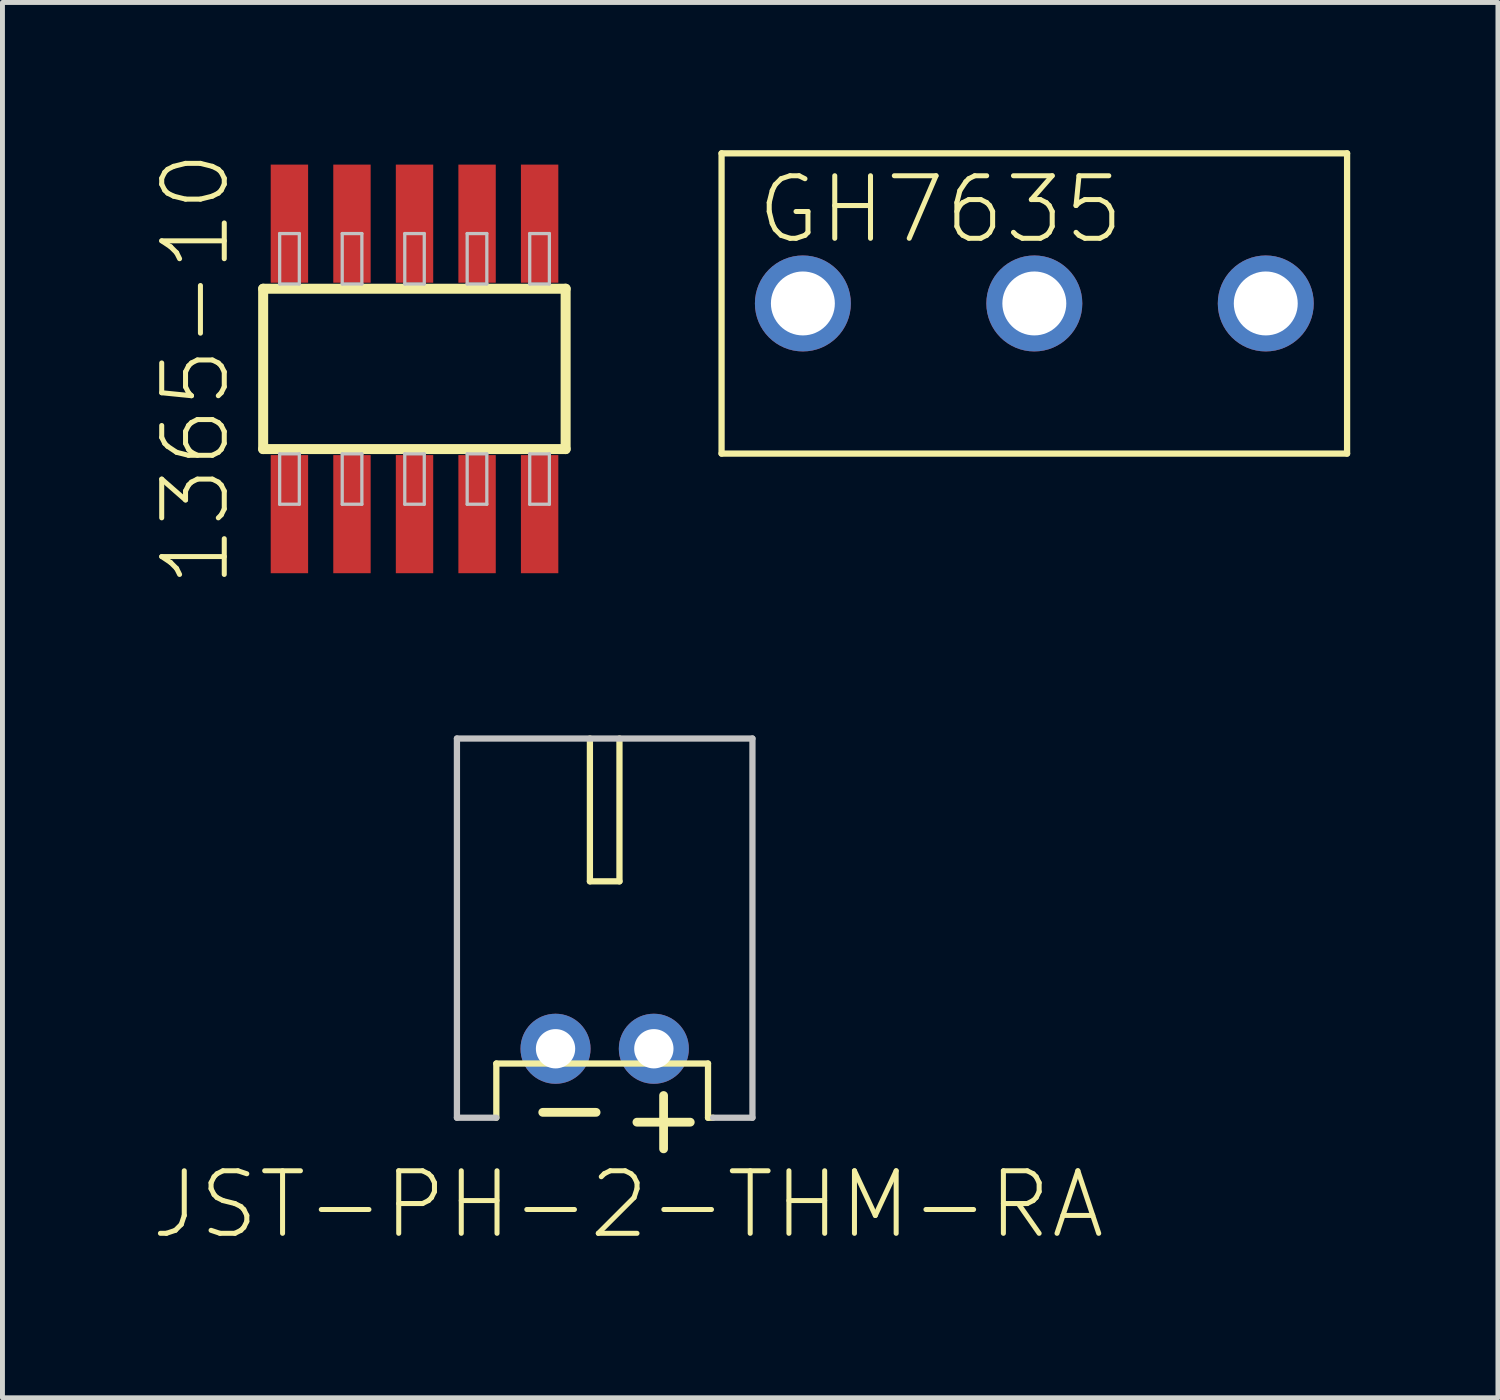
<source format=kicad_pcb>
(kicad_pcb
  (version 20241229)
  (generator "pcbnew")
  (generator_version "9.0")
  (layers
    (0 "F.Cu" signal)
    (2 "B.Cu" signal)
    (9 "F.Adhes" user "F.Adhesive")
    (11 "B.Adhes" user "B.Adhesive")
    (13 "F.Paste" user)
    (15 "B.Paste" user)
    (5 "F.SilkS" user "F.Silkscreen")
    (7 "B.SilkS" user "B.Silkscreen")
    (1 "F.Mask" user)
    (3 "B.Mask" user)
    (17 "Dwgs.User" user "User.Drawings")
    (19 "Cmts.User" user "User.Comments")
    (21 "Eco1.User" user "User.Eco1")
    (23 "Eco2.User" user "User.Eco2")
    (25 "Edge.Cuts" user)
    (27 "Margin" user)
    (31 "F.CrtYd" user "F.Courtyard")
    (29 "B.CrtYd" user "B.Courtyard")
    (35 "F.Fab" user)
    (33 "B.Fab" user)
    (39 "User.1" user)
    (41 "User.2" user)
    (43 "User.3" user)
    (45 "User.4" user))
  (footprint "1365-10"
    (layer "F.Cu")
    (at 5.366 4.44)
    (property "Reference" "1365-10" (at -4.445 0 90) (layer "F.SilkS") (effects (font (size 1.27 1.27) (thickness 0.102))))
    (attr smd)
    (fp_line (start -3.073 -1.628) (end 3.068 -1.628) (stroke (width 0.203) (type solid)) (layer "F.SilkS"))
    (fp_line (start -3.073 1.628) (end -3.073 -1.628) (stroke (width 0.203) (type solid)) (layer "F.SilkS"))
    (fp_line (start 3.068 -1.628) (end 3.068 1.628) (stroke (width 0.203) (type solid)) (layer "F.SilkS"))
    (fp_line (start 3.068 1.628) (end -3.073 1.628) (stroke (width 0.203) (type solid)) (layer "F.SilkS"))
    (fp_line (start -2.738 -2.748) (end -2.339 -2.748) (stroke (width 0.066) (type solid)) (layer "Dwgs.User"))
    (fp_line (start -2.738 -1.725) (end -2.738 -2.748) (stroke (width 0.066) (type solid)) (layer "Dwgs.User"))
    (fp_line (start -2.738 -1.725) (end -2.339 -1.725) (stroke (width 0.066) (type solid)) (layer "Dwgs.User"))
    (fp_line (start -2.738 1.725) (end -2.339 1.725) (stroke (width 0.066) (type solid)) (layer "Dwgs.User"))
    (fp_line (start -2.738 2.748) (end -2.738 1.725) (stroke (width 0.066) (type solid)) (layer "Dwgs.User"))
    (fp_line (start -2.738 2.748) (end -2.339 2.748) (stroke (width 0.066) (type solid)) (layer "Dwgs.User"))
    (fp_line (start -2.339 -1.725) (end -2.339 -2.748) (stroke (width 0.066) (type solid)) (layer "Dwgs.User"))
    (fp_line (start -2.339 2.748) (end -2.339 1.725) (stroke (width 0.066) (type solid)) (layer "Dwgs.User"))
    (fp_line (start -1.468 -2.748) (end -1.069 -2.748) (stroke (width 0.066) (type solid)) (layer "Dwgs.User"))
    (fp_line (start -1.468 -1.725) (end -1.468 -2.748) (stroke (width 0.066) (type solid)) (layer "Dwgs.User"))
    (fp_line (start -1.468 -1.725) (end -1.069 -1.725) (stroke (width 0.066) (type solid)) (layer "Dwgs.User"))
    (fp_line (start -1.468 1.725) (end -1.069 1.725) (stroke (width 0.066) (type solid)) (layer "Dwgs.User"))
    (fp_line (start -1.468 2.748) (end -1.468 1.725) (stroke (width 0.066) (type solid)) (layer "Dwgs.User"))
    (fp_line (start -1.468 2.748) (end -1.069 2.748) (stroke (width 0.066) (type solid)) (layer "Dwgs.User"))
    (fp_line (start -1.069 -1.725) (end -1.069 -2.748) (stroke (width 0.066) (type solid)) (layer "Dwgs.User"))
    (fp_line (start -1.069 2.748) (end -1.069 1.725) (stroke (width 0.066) (type solid)) (layer "Dwgs.User"))
    (fp_line (start -0.198 -2.748) (end 0.198 -2.748) (stroke (width 0.066) (type solid)) (layer "Dwgs.User"))
    (fp_line (start -0.198 -1.725) (end -0.198 -2.748) (stroke (width 0.066) (type solid)) (layer "Dwgs.User"))
    (fp_line (start -0.198 -1.725) (end 0.198 -1.725) (stroke (width 0.066) (type solid)) (layer "Dwgs.User"))
    (fp_line (start -0.198 1.725) (end 0.198 1.725) (stroke (width 0.066) (type solid)) (layer "Dwgs.User"))
    (fp_line (start -0.198 2.748) (end -0.198 1.725) (stroke (width 0.066) (type solid)) (layer "Dwgs.User"))
    (fp_line (start -0.198 2.748) (end 0.198 2.748) (stroke (width 0.066) (type solid)) (layer "Dwgs.User"))
    (fp_line (start 0.198 -1.725) (end 0.198 -2.748) (stroke (width 0.066) (type solid)) (layer "Dwgs.User"))
    (fp_line (start 0.198 2.748) (end 0.198 1.725) (stroke (width 0.066) (type solid)) (layer "Dwgs.User"))
    (fp_line (start 1.069 -2.748) (end 1.468 -2.748) (stroke (width 0.066) (type solid)) (layer "Dwgs.User"))
    (fp_line (start 1.069 -1.725) (end 1.069 -2.748) (stroke (width 0.066) (type solid)) (layer "Dwgs.User"))
    (fp_line (start 1.069 -1.725) (end 1.468 -1.725) (stroke (width 0.066) (type solid)) (layer "Dwgs.User"))
    (fp_line (start 1.069 1.725) (end 1.468 1.725) (stroke (width 0.066) (type solid)) (layer "Dwgs.User"))
    (fp_line (start 1.069 2.748) (end 1.069 1.725) (stroke (width 0.066) (type solid)) (layer "Dwgs.User"))
    (fp_line (start 1.069 2.748) (end 1.468 2.748) (stroke (width 0.066) (type solid)) (layer "Dwgs.User"))
    (fp_line (start 1.468 -1.725) (end 1.468 -2.748) (stroke (width 0.066) (type solid)) (layer "Dwgs.User"))
    (fp_line (start 1.468 2.748) (end 1.468 1.725) (stroke (width 0.066) (type solid)) (layer "Dwgs.User"))
    (fp_line (start 2.339 -2.748) (end 2.738 -2.748) (stroke (width 0.066) (type solid)) (layer "Dwgs.User"))
    (fp_line (start 2.339 -1.725) (end 2.339 -2.748) (stroke (width 0.066) (type solid)) (layer "Dwgs.User"))
    (fp_line (start 2.339 -1.725) (end 2.738 -1.725) (stroke (width 0.066) (type solid)) (layer "Dwgs.User"))
    (fp_line (start 2.339 1.725) (end 2.738 1.725) (stroke (width 0.066) (type solid)) (layer "Dwgs.User"))
    (fp_line (start 2.339 2.748) (end 2.339 1.725) (stroke (width 0.066) (type solid)) (layer "Dwgs.User"))
    (fp_line (start 2.339 2.748) (end 2.738 2.748) (stroke (width 0.066) (type solid)) (layer "Dwgs.User"))
    (fp_line (start 2.738 -1.725) (end 2.738 -2.748) (stroke (width 0.066) (type solid)) (layer "Dwgs.User"))
    (fp_line (start 2.738 2.748) (end 2.738 1.725) (stroke (width 0.066) (type solid)) (layer "Dwgs.User"))
    (pad "1" smd rect (at -2.54 2.949) (size 0.759 2.398) (layers "F.Cu" "F.Mask" "F.Paste"))
    (pad "2" smd rect (at -2.54 -2.949) (size 0.759 2.398) (layers "F.Cu" "F.Mask" "F.Paste"))
    (pad "3" smd rect (at -1.27 2.949) (size 0.759 2.398) (layers "F.Cu" "F.Mask" "F.Paste"))
    (pad "4" smd rect (at -1.27 -2.949) (size 0.759 2.398) (layers "F.Cu" "F.Mask" "F.Paste"))
    (pad "5" smd rect (at 0 2.949) (size 0.759 2.398) (layers "F.Cu" "F.Mask" "F.Paste"))
    (pad "6" smd rect (at 0 -2.949) (size 0.759 2.398) (layers "F.Cu" "F.Mask" "F.Paste"))
    (pad "7" smd rect (at 1.27 2.949) (size 0.759 2.398) (layers "F.Cu" "F.Mask" "F.Paste"))
    (pad "8" smd rect (at 1.27 -2.949) (size 0.759 2.398) (layers "F.Cu" "F.Mask" "F.Paste"))
    (pad "9" smd rect (at 2.54 2.949) (size 0.759 2.398) (layers "F.Cu" "F.Mask" "F.Paste"))
    (pad "10" smd rect (at 2.54 -2.949) (size 0.759 2.398) (layers "F.Cu" "F.Mask" "F.Paste")))
  (footprint "JST-PH-2-THM-RA"
    (layer "F.Cu")
    (at 9.227 18.243)
    (property "Reference" "JST-PH-2-THM-RA" (at 0.475 3.165 0) (layer "F.SilkS") (effects (font (size 1.27 1.27) (thickness 0.102))))
    (attr exclude_from_pos_files exclude_from_bom)
    (fp_line (start -2.2 0.3) (end 2.098 0.3) (stroke (width 0.127) (type solid)) (layer "F.SilkS"))
    (fp_line (start -2.2 1.4) (end -2.2 0.3) (stroke (width 0.127) (type solid)) (layer "F.SilkS"))
    (fp_line (start -0.3 -6.299) (end -0.3 -3.399) (stroke (width 0.127) (type solid)) (layer "F.SilkS"))
    (fp_line (start -0.3 -3.399) (end 0.3 -3.399) (stroke (width 0.127) (type solid)) (layer "F.SilkS"))
    (fp_line (start 0.3 -3.399) (end 0.3 -6.299) (stroke (width 0.127) (type solid)) (layer "F.SilkS"))
    (fp_line (start 2.098 0.3) (end 2.098 1.4) (stroke (width 0.127) (type solid)) (layer "F.SilkS"))
    (fp_line (start 2.098 1.4) (end 2.2 1.4) (stroke (width 0.127) (type solid)) (layer "F.SilkS"))
    (fp_line (start -3 -6.299) (end 3 -6.299) (stroke (width 0.127) (type solid)) (layer "Dwgs.User"))
    (fp_line (start -3 1.4) (end -3 -6.299) (stroke (width 0.127) (type solid)) (layer "Dwgs.User"))
    (fp_line (start -2.2 1.4) (end -3 1.4) (stroke (width 0.127) (type solid)) (layer "Dwgs.User"))
    (fp_line (start 3 -6.299) (end 3 1.4) (stroke (width 0.127) (type solid)) (layer "Dwgs.User"))
    (fp_line (start 3 1.4) (end 2.2 1.4) (stroke (width 0.127) (type solid)) (layer "Dwgs.User"))
    (fp_text user "+" (at 1.196 1.384 0) (layer "F.SilkS") (effects (font (size 1.422 1.422) (thickness 0.178))))
    (fp_text user "-" (at -0.716 1.184 0) (layer "F.SilkS") (effects (font (size 1.422 1.422) (thickness 0.178))))
    (pad "1" thru_hole circle (at 0.998 0) (size 1.422 1.422) (drill 0.798) (layers "*.Cu" "*.Paste" "*.Mask"))
    (pad "2" thru_hole circle (at -0.998 0) (size 1.422 1.422) (drill 0.798) (layers "*.Cu" "*.Paste" "*.Mask")))
  (footprint "GH7635"
    (layer "F.Cu")
    (at 17.95 3.111)
    (property "Reference" "GH7635" (at -1.905 -1.905 0) (layer "F.SilkS") (effects (font (size 1.27 1.27) (thickness 0.102))))
    (attr exclude_from_pos_files exclude_from_bom)
    (fp_line (start -6.35 -3.048) (end -6.35 3.048) (stroke (width 0.127) (type solid)) (layer "F.SilkS"))
    (fp_line (start -6.35 -3.048) (end 6.35 -3.048) (stroke (width 0.127) (type solid)) (layer "F.SilkS"))
    (fp_line (start -6.35 3.048) (end 6.35 3.048) (stroke (width 0.127) (type solid)) (layer "F.SilkS"))
    (fp_line (start 6.35 3.048) (end 6.35 -3.048) (stroke (width 0.127) (type solid)) (layer "F.SilkS"))
    (pad "1" thru_hole circle (at -4.699 0) (size 1.948 1.948) (drill 1.298) (layers "*.Cu" "*.Paste" "*.Mask"))
    (pad "2" thru_hole circle (at 0 0) (size 1.948 1.948) (drill 1.298) (layers "*.Cu" "*.Paste" "*.Mask"))
    (pad "3" thru_hole circle (at 4.699 0) (size 1.948 1.948) (drill 1.298) (layers "*.Cu" "*.Paste" "*.Mask")))
  (gr_rect
    (start -3 -3)
    (end 27.363 25.329)
    (stroke (width 0.1) (type default))
    (fill no)
    (layer "Edge.Cuts")))
</source>
